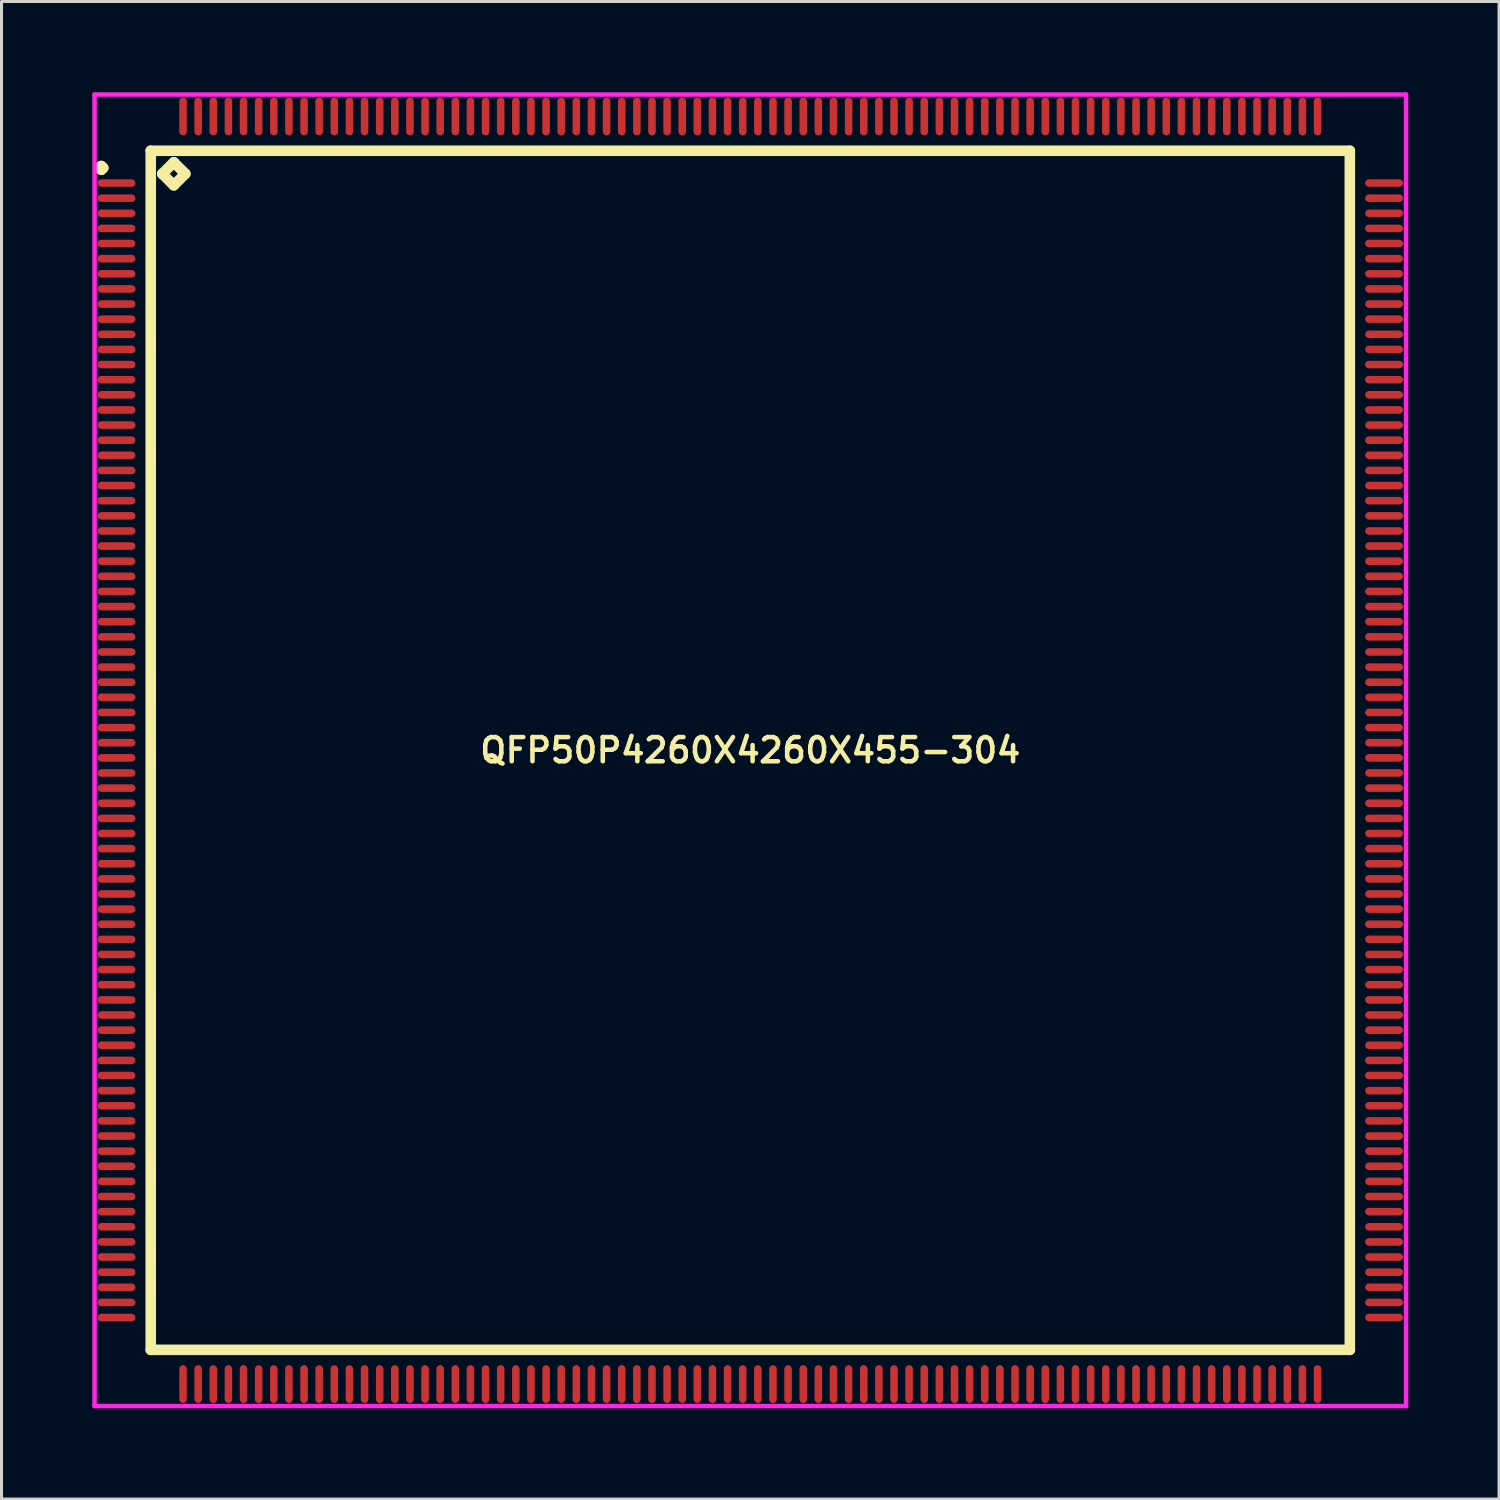
<source format=kicad_pcb>
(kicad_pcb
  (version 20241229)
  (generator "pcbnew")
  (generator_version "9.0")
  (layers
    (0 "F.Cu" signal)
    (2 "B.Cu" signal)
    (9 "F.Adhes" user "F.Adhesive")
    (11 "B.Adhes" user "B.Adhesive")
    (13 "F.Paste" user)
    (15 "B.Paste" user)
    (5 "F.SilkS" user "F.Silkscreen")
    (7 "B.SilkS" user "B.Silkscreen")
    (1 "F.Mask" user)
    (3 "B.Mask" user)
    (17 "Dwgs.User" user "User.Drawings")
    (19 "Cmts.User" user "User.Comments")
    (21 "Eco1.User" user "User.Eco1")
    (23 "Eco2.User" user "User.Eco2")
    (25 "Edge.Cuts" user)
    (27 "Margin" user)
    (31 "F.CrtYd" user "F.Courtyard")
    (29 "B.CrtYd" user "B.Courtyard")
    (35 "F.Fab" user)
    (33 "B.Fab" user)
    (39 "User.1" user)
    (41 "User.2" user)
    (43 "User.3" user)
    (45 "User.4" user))
  (footprint "QFP50P4260X4260X455-304"
    (layer "F.Cu")
    (at 21.75 21.75)
    (property "Reference" "QFP50P4260X4260X455-304" (at 0 0 0) (layer "F.SilkS") (effects (font (size 0.8 0.8) (thickness 0.15))))
    (attr smd)
    (fp_line (start -21.512 -19.25) (end -21.45 -19.312) (stroke (width 0.35) (type solid)) (layer "F.SilkS"))
    (fp_line (start -21.45 -19.312) (end -21.387 -19.25) (stroke (width 0.35) (type solid)) (layer "F.SilkS"))
    (fp_line (start -21.45 -19.188) (end -21.512 -19.25) (stroke (width 0.35) (type solid)) (layer "F.SilkS"))
    (fp_line (start -21.387 -19.25) (end -21.45 -19.188) (stroke (width 0.35) (type solid)) (layer "F.SilkS"))
    (fp_line (start -19.817 -19.817) (end -19.817 19.817) (stroke (width 0.35) (type solid)) (layer "F.SilkS"))
    (fp_line (start -19.817 19.817) (end 19.817 19.817) (stroke (width 0.35) (type solid)) (layer "F.SilkS"))
    (fp_line (start -19.436 -19.055) (end -19.055 -19.436) (stroke (width 0.35) (type solid)) (layer "F.SilkS"))
    (fp_line (start -19.055 -19.436) (end -18.674 -19.055) (stroke (width 0.35) (type solid)) (layer "F.SilkS"))
    (fp_line (start -19.055 -18.674) (end -19.436 -19.055) (stroke (width 0.35) (type solid)) (layer "F.SilkS"))
    (fp_line (start -18.674 -19.055) (end -19.055 -18.674) (stroke (width 0.35) (type solid)) (layer "F.SilkS"))
    (fp_line (start 19.817 -19.817) (end -19.817 -19.817) (stroke (width 0.35) (type solid)) (layer "F.SilkS"))
    (fp_line (start 19.817 19.817) (end 19.817 -19.817) (stroke (width 0.35) (type solid)) (layer "F.SilkS"))
    (fp_line (start -21.675 -21.675) (end 21.675 -21.675) (stroke (width 0.15) (type solid)) (layer "F.CrtYd"))
    (fp_line (start -21.675 21.675) (end -21.675 -21.675) (stroke (width 0.15) (type solid)) (layer "F.CrtYd"))
    (fp_line (start 21.675 -21.675) (end 21.675 21.675) (stroke (width 0.15) (type solid)) (layer "F.CrtYd"))
    (fp_line (start 21.675 21.675) (end -21.675 21.675) (stroke (width 0.15) (type solid)) (layer "F.CrtYd"))
    (pad "1" smd oval (at -20.95 -18.75) (size 1.25 0.25) (layers "F.Cu" "F.Mask" "F.Paste"))
    (pad "2" smd oval (at -20.95 -18.25) (size 1.25 0.25) (layers "F.Cu" "F.Mask" "F.Paste"))
    (pad "3" smd oval (at -20.95 -17.75) (size 1.25 0.25) (layers "F.Cu" "F.Mask" "F.Paste"))
    (pad "4" smd oval (at -20.95 -17.25) (size 1.25 0.25) (layers "F.Cu" "F.Mask" "F.Paste"))
    (pad "5" smd oval (at -20.95 -16.75) (size 1.25 0.25) (layers "F.Cu" "F.Mask" "F.Paste"))
    (pad "6" smd oval (at -20.95 -16.25) (size 1.25 0.25) (layers "F.Cu" "F.Mask" "F.Paste"))
    (pad "7" smd oval (at -20.95 -15.75) (size 1.25 0.25) (layers "F.Cu" "F.Mask" "F.Paste"))
    (pad "8" smd oval (at -20.95 -15.25) (size 1.25 0.25) (layers "F.Cu" "F.Mask" "F.Paste"))
    (pad "9" smd oval (at -20.95 -14.75) (size 1.25 0.25) (layers "F.Cu" "F.Mask" "F.Paste"))
    (pad "10" smd oval (at -20.95 -14.25) (size 1.25 0.25) (layers "F.Cu" "F.Mask" "F.Paste"))
    (pad "11" smd oval (at -20.95 -13.75) (size 1.25 0.25) (layers "F.Cu" "F.Mask" "F.Paste"))
    (pad "12" smd oval (at -20.95 -13.25) (size 1.25 0.25) (layers "F.Cu" "F.Mask" "F.Paste"))
    (pad "13" smd oval (at -20.95 -12.75) (size 1.25 0.25) (layers "F.Cu" "F.Mask" "F.Paste"))
    (pad "14" smd oval (at -20.95 -12.25) (size 1.25 0.25) (layers "F.Cu" "F.Mask" "F.Paste"))
    (pad "15" smd oval (at -20.95 -11.75) (size 1.25 0.25) (layers "F.Cu" "F.Mask" "F.Paste"))
    (pad "16" smd oval (at -20.95 -11.25) (size 1.25 0.25) (layers "F.Cu" "F.Mask" "F.Paste"))
    (pad "17" smd oval (at -20.95 -10.75) (size 1.25 0.25) (layers "F.Cu" "F.Mask" "F.Paste"))
    (pad "18" smd oval (at -20.95 -10.25) (size 1.25 0.25) (layers "F.Cu" "F.Mask" "F.Paste"))
    (pad "19" smd oval (at -20.95 -9.75) (size 1.25 0.25) (layers "F.Cu" "F.Mask" "F.Paste"))
    (pad "20" smd oval (at -20.95 -9.25) (size 1.25 0.25) (layers "F.Cu" "F.Mask" "F.Paste"))
    (pad "21" smd oval (at -20.95 -8.75) (size 1.25 0.25) (layers "F.Cu" "F.Mask" "F.Paste"))
    (pad "22" smd oval (at -20.95 -8.25) (size 1.25 0.25) (layers "F.Cu" "F.Mask" "F.Paste"))
    (pad "23" smd oval (at -20.95 -7.75) (size 1.25 0.25) (layers "F.Cu" "F.Mask" "F.Paste"))
    (pad "24" smd oval (at -20.95 -7.25) (size 1.25 0.25) (layers "F.Cu" "F.Mask" "F.Paste"))
    (pad "25" smd oval (at -20.95 -6.75) (size 1.25 0.25) (layers "F.Cu" "F.Mask" "F.Paste"))
    (pad "26" smd oval (at -20.95 -6.25) (size 1.25 0.25) (layers "F.Cu" "F.Mask" "F.Paste"))
    (pad "27" smd oval (at -20.95 -5.75) (size 1.25 0.25) (layers "F.Cu" "F.Mask" "F.Paste"))
    (pad "28" smd oval (at -20.95 -5.25) (size 1.25 0.25) (layers "F.Cu" "F.Mask" "F.Paste"))
    (pad "29" smd oval (at -20.95 -4.75) (size 1.25 0.25) (layers "F.Cu" "F.Mask" "F.Paste"))
    (pad "30" smd oval (at -20.95 -4.25) (size 1.25 0.25) (layers "F.Cu" "F.Mask" "F.Paste"))
    (pad "31" smd oval (at -20.95 -3.75) (size 1.25 0.25) (layers "F.Cu" "F.Mask" "F.Paste"))
    (pad "32" smd oval (at -20.95 -3.25) (size 1.25 0.25) (layers "F.Cu" "F.Mask" "F.Paste"))
    (pad "33" smd oval (at -20.95 -2.75) (size 1.25 0.25) (layers "F.Cu" "F.Mask" "F.Paste"))
    (pad "34" smd oval (at -20.95 -2.25) (size 1.25 0.25) (layers "F.Cu" "F.Mask" "F.Paste"))
    (pad "35" smd oval (at -20.95 -1.75) (size 1.25 0.25) (layers "F.Cu" "F.Mask" "F.Paste"))
    (pad "36" smd oval (at -20.95 -1.25) (size 1.25 0.25) (layers "F.Cu" "F.Mask" "F.Paste"))
    (pad "37" smd oval (at -20.95 -0.75) (size 1.25 0.25) (layers "F.Cu" "F.Mask" "F.Paste"))
    (pad "38" smd oval (at -20.95 -0.25) (size 1.25 0.25) (layers "F.Cu" "F.Mask" "F.Paste"))
    (pad "39" smd oval (at -20.95 0.25) (size 1.25 0.25) (layers "F.Cu" "F.Mask" "F.Paste"))
    (pad "40" smd oval (at -20.95 0.75) (size 1.25 0.25) (layers "F.Cu" "F.Mask" "F.Paste"))
    (pad "41" smd oval (at -20.95 1.25) (size 1.25 0.25) (layers "F.Cu" "F.Mask" "F.Paste"))
    (pad "42" smd oval (at -20.95 1.75) (size 1.25 0.25) (layers "F.Cu" "F.Mask" "F.Paste"))
    (pad "43" smd oval (at -20.95 2.25) (size 1.25 0.25) (layers "F.Cu" "F.Mask" "F.Paste"))
    (pad "44" smd oval (at -20.95 2.75) (size 1.25 0.25) (layers "F.Cu" "F.Mask" "F.Paste"))
    (pad "45" smd oval (at -20.95 3.25) (size 1.25 0.25) (layers "F.Cu" "F.Mask" "F.Paste"))
    (pad "46" smd oval (at -20.95 3.75) (size 1.25 0.25) (layers "F.Cu" "F.Mask" "F.Paste"))
    (pad "47" smd oval (at -20.95 4.25) (size 1.25 0.25) (layers "F.Cu" "F.Mask" "F.Paste"))
    (pad "48" smd oval (at -20.95 4.75) (size 1.25 0.25) (layers "F.Cu" "F.Mask" "F.Paste"))
    (pad "49" smd oval (at -20.95 5.25) (size 1.25 0.25) (layers "F.Cu" "F.Mask" "F.Paste"))
    (pad "50" smd oval (at -20.95 5.75) (size 1.25 0.25) (layers "F.Cu" "F.Mask" "F.Paste"))
    (pad "51" smd oval (at -20.95 6.25) (size 1.25 0.25) (layers "F.Cu" "F.Mask" "F.Paste"))
    (pad "52" smd oval (at -20.95 6.75) (size 1.25 0.25) (layers "F.Cu" "F.Mask" "F.Paste"))
    (pad "53" smd oval (at -20.95 7.25) (size 1.25 0.25) (layers "F.Cu" "F.Mask" "F.Paste"))
    (pad "54" smd oval (at -20.95 7.75) (size 1.25 0.25) (layers "F.Cu" "F.Mask" "F.Paste"))
    (pad "55" smd oval (at -20.95 8.25) (size 1.25 0.25) (layers "F.Cu" "F.Mask" "F.Paste"))
    (pad "56" smd oval (at -20.95 8.75) (size 1.25 0.25) (layers "F.Cu" "F.Mask" "F.Paste"))
    (pad "57" smd oval (at -20.95 9.25) (size 1.25 0.25) (layers "F.Cu" "F.Mask" "F.Paste"))
    (pad "58" smd oval (at -20.95 9.75) (size 1.25 0.25) (layers "F.Cu" "F.Mask" "F.Paste"))
    (pad "59" smd oval (at -20.95 10.25) (size 1.25 0.25) (layers "F.Cu" "F.Mask" "F.Paste"))
    (pad "60" smd oval (at -20.95 10.75) (size 1.25 0.25) (layers "F.Cu" "F.Mask" "F.Paste"))
    (pad "61" smd oval (at -20.95 11.25) (size 1.25 0.25) (layers "F.Cu" "F.Mask" "F.Paste"))
    (pad "62" smd oval (at -20.95 11.75) (size 1.25 0.25) (layers "F.Cu" "F.Mask" "F.Paste"))
    (pad "63" smd oval (at -20.95 12.25) (size 1.25 0.25) (layers "F.Cu" "F.Mask" "F.Paste"))
    (pad "64" smd oval (at -20.95 12.75) (size 1.25 0.25) (layers "F.Cu" "F.Mask" "F.Paste"))
    (pad "65" smd oval (at -20.95 13.25) (size 1.25 0.25) (layers "F.Cu" "F.Mask" "F.Paste"))
    (pad "66" smd oval (at -20.95 13.75) (size 1.25 0.25) (layers "F.Cu" "F.Mask" "F.Paste"))
    (pad "67" smd oval (at -20.95 14.25) (size 1.25 0.25) (layers "F.Cu" "F.Mask" "F.Paste"))
    (pad "68" smd oval (at -20.95 14.75) (size 1.25 0.25) (layers "F.Cu" "F.Mask" "F.Paste"))
    (pad "69" smd oval (at -20.95 15.25) (size 1.25 0.25) (layers "F.Cu" "F.Mask" "F.Paste"))
    (pad "70" smd oval (at -20.95 15.75) (size 1.25 0.25) (layers "F.Cu" "F.Mask" "F.Paste"))
    (pad "71" smd oval (at -20.95 16.25) (size 1.25 0.25) (layers "F.Cu" "F.Mask" "F.Paste"))
    (pad "72" smd oval (at -20.95 16.75) (size 1.25 0.25) (layers "F.Cu" "F.Mask" "F.Paste"))
    (pad "73" smd oval (at -20.95 17.25) (size 1.25 0.25) (layers "F.Cu" "F.Mask" "F.Paste"))
    (pad "74" smd oval (at -20.95 17.75) (size 1.25 0.25) (layers "F.Cu" "F.Mask" "F.Paste"))
    (pad "75" smd oval (at -20.95 18.25) (size 1.25 0.25) (layers "F.Cu" "F.Mask" "F.Paste"))
    (pad "76" smd oval (at -20.95 18.75) (size 1.25 0.25) (layers "F.Cu" "F.Mask" "F.Paste"))
    (pad "77" smd oval (at -18.75 20.95) (size 0.25 1.25) (layers "F.Cu" "F.Mask" "F.Paste"))
    (pad "78" smd oval (at -18.25 20.95) (size 0.25 1.25) (layers "F.Cu" "F.Mask" "F.Paste"))
    (pad "79" smd oval (at -17.75 20.95) (size 0.25 1.25) (layers "F.Cu" "F.Mask" "F.Paste"))
    (pad "80" smd oval (at -17.25 20.95) (size 0.25 1.25) (layers "F.Cu" "F.Mask" "F.Paste"))
    (pad "81" smd oval (at -16.75 20.95) (size 0.25 1.25) (layers "F.Cu" "F.Mask" "F.Paste"))
    (pad "82" smd oval (at -16.25 20.95) (size 0.25 1.25) (layers "F.Cu" "F.Mask" "F.Paste"))
    (pad "83" smd oval (at -15.75 20.95) (size 0.25 1.25) (layers "F.Cu" "F.Mask" "F.Paste"))
    (pad "84" smd oval (at -15.25 20.95) (size 0.25 1.25) (layers "F.Cu" "F.Mask" "F.Paste"))
    (pad "85" smd oval (at -14.75 20.95) (size 0.25 1.25) (layers "F.Cu" "F.Mask" "F.Paste"))
    (pad "86" smd oval (at -14.25 20.95) (size 0.25 1.25) (layers "F.Cu" "F.Mask" "F.Paste"))
    (pad "87" smd oval (at -13.75 20.95) (size 0.25 1.25) (layers "F.Cu" "F.Mask" "F.Paste"))
    (pad "88" smd oval (at -13.25 20.95) (size 0.25 1.25) (layers "F.Cu" "F.Mask" "F.Paste"))
    (pad "89" smd oval (at -12.75 20.95) (size 0.25 1.25) (layers "F.Cu" "F.Mask" "F.Paste"))
    (pad "90" smd oval (at -12.25 20.95) (size 0.25 1.25) (layers "F.Cu" "F.Mask" "F.Paste"))
    (pad "91" smd oval (at -11.75 20.95) (size 0.25 1.25) (layers "F.Cu" "F.Mask" "F.Paste"))
    (pad "92" smd oval (at -11.25 20.95) (size 0.25 1.25) (layers "F.Cu" "F.Mask" "F.Paste"))
    (pad "93" smd oval (at -10.75 20.95) (size 0.25 1.25) (layers "F.Cu" "F.Mask" "F.Paste"))
    (pad "94" smd oval (at -10.25 20.95) (size 0.25 1.25) (layers "F.Cu" "F.Mask" "F.Paste"))
    (pad "95" smd oval (at -9.75 20.95) (size 0.25 1.25) (layers "F.Cu" "F.Mask" "F.Paste"))
    (pad "96" smd oval (at -9.25 20.95) (size 0.25 1.25) (layers "F.Cu" "F.Mask" "F.Paste"))
    (pad "97" smd oval (at -8.75 20.95) (size 0.25 1.25) (layers "F.Cu" "F.Mask" "F.Paste"))
    (pad "98" smd oval (at -8.25 20.95) (size 0.25 1.25) (layers "F.Cu" "F.Mask" "F.Paste"))
    (pad "99" smd oval (at -7.75 20.95) (size 0.25 1.25) (layers "F.Cu" "F.Mask" "F.Paste"))
    (pad "100" smd oval (at -7.25 20.95) (size 0.25 1.25) (layers "F.Cu" "F.Mask" "F.Paste"))
    (pad "101" smd oval (at -6.75 20.95) (size 0.25 1.25) (layers "F.Cu" "F.Mask" "F.Paste"))
    (pad "102" smd oval (at -6.25 20.95) (size 0.25 1.25) (layers "F.Cu" "F.Mask" "F.Paste"))
    (pad "103" smd oval (at -5.75 20.95) (size 0.25 1.25) (layers "F.Cu" "F.Mask" "F.Paste"))
    (pad "104" smd oval (at -5.25 20.95) (size 0.25 1.25) (layers "F.Cu" "F.Mask" "F.Paste"))
    (pad "105" smd oval (at -4.75 20.95) (size 0.25 1.25) (layers "F.Cu" "F.Mask" "F.Paste"))
    (pad "106" smd oval (at -4.25 20.95) (size 0.25 1.25) (layers "F.Cu" "F.Mask" "F.Paste"))
    (pad "107" smd oval (at -3.75 20.95) (size 0.25 1.25) (layers "F.Cu" "F.Mask" "F.Paste"))
    (pad "108" smd oval (at -3.25 20.95) (size 0.25 1.25) (layers "F.Cu" "F.Mask" "F.Paste"))
    (pad "109" smd oval (at -2.75 20.95) (size 0.25 1.25) (layers "F.Cu" "F.Mask" "F.Paste"))
    (pad "110" smd oval (at -2.25 20.95) (size 0.25 1.25) (layers "F.Cu" "F.Mask" "F.Paste"))
    (pad "111" smd oval (at -1.75 20.95) (size 0.25 1.25) (layers "F.Cu" "F.Mask" "F.Paste"))
    (pad "112" smd oval (at -1.25 20.95) (size 0.25 1.25) (layers "F.Cu" "F.Mask" "F.Paste"))
    (pad "113" smd oval (at -0.75 20.95) (size 0.25 1.25) (layers "F.Cu" "F.Mask" "F.Paste"))
    (pad "114" smd oval (at -0.25 20.95) (size 0.25 1.25) (layers "F.Cu" "F.Mask" "F.Paste"))
    (pad "115" smd oval (at 0.25 20.95) (size 0.25 1.25) (layers "F.Cu" "F.Mask" "F.Paste"))
    (pad "116" smd oval (at 0.75 20.95) (size 0.25 1.25) (layers "F.Cu" "F.Mask" "F.Paste"))
    (pad "117" smd oval (at 1.25 20.95) (size 0.25 1.25) (layers "F.Cu" "F.Mask" "F.Paste"))
    (pad "118" smd oval (at 1.75 20.95) (size 0.25 1.25) (layers "F.Cu" "F.Mask" "F.Paste"))
    (pad "119" smd oval (at 2.25 20.95) (size 0.25 1.25) (layers "F.Cu" "F.Mask" "F.Paste"))
    (pad "120" smd oval (at 2.75 20.95) (size 0.25 1.25) (layers "F.Cu" "F.Mask" "F.Paste"))
    (pad "121" smd oval (at 3.25 20.95) (size 0.25 1.25) (layers "F.Cu" "F.Mask" "F.Paste"))
    (pad "122" smd oval (at 3.75 20.95) (size 0.25 1.25) (layers "F.Cu" "F.Mask" "F.Paste"))
    (pad "123" smd oval (at 4.25 20.95) (size 0.25 1.25) (layers "F.Cu" "F.Mask" "F.Paste"))
    (pad "124" smd oval (at 4.75 20.95) (size 0.25 1.25) (layers "F.Cu" "F.Mask" "F.Paste"))
    (pad "125" smd oval (at 5.25 20.95) (size 0.25 1.25) (layers "F.Cu" "F.Mask" "F.Paste"))
    (pad "126" smd oval (at 5.75 20.95) (size 0.25 1.25) (layers "F.Cu" "F.Mask" "F.Paste"))
    (pad "127" smd oval (at 6.25 20.95) (size 0.25 1.25) (layers "F.Cu" "F.Mask" "F.Paste"))
    (pad "128" smd oval (at 6.75 20.95) (size 0.25 1.25) (layers "F.Cu" "F.Mask" "F.Paste"))
    (pad "129" smd oval (at 7.25 20.95) (size 0.25 1.25) (layers "F.Cu" "F.Mask" "F.Paste"))
    (pad "130" smd oval (at 7.75 20.95) (size 0.25 1.25) (layers "F.Cu" "F.Mask" "F.Paste"))
    (pad "131" smd oval (at 8.25 20.95) (size 0.25 1.25) (layers "F.Cu" "F.Mask" "F.Paste"))
    (pad "132" smd oval (at 8.75 20.95) (size 0.25 1.25) (layers "F.Cu" "F.Mask" "F.Paste"))
    (pad "133" smd oval (at 9.25 20.95) (size 0.25 1.25) (layers "F.Cu" "F.Mask" "F.Paste"))
    (pad "134" smd oval (at 9.75 20.95) (size 0.25 1.25) (layers "F.Cu" "F.Mask" "F.Paste"))
    (pad "135" smd oval (at 10.25 20.95) (size 0.25 1.25) (layers "F.Cu" "F.Mask" "F.Paste"))
    (pad "136" smd oval (at 10.75 20.95) (size 0.25 1.25) (layers "F.Cu" "F.Mask" "F.Paste"))
    (pad "137" smd oval (at 11.25 20.95) (size 0.25 1.25) (layers "F.Cu" "F.Mask" "F.Paste"))
    (pad "138" smd oval (at 11.75 20.95) (size 0.25 1.25) (layers "F.Cu" "F.Mask" "F.Paste"))
    (pad "139" smd oval (at 12.25 20.95) (size 0.25 1.25) (layers "F.Cu" "F.Mask" "F.Paste"))
    (pad "140" smd oval (at 12.75 20.95) (size 0.25 1.25) (layers "F.Cu" "F.Mask" "F.Paste"))
    (pad "141" smd oval (at 13.25 20.95) (size 0.25 1.25) (layers "F.Cu" "F.Mask" "F.Paste"))
    (pad "142" smd oval (at 13.75 20.95) (size 0.25 1.25) (layers "F.Cu" "F.Mask" "F.Paste"))
    (pad "143" smd oval (at 14.25 20.95) (size 0.25 1.25) (layers "F.Cu" "F.Mask" "F.Paste"))
    (pad "144" smd oval (at 14.75 20.95) (size 0.25 1.25) (layers "F.Cu" "F.Mask" "F.Paste"))
    (pad "145" smd oval (at 15.25 20.95) (size 0.25 1.25) (layers "F.Cu" "F.Mask" "F.Paste"))
    (pad "146" smd oval (at 15.75 20.95) (size 0.25 1.25) (layers "F.Cu" "F.Mask" "F.Paste"))
    (pad "147" smd oval (at 16.25 20.95) (size 0.25 1.25) (layers "F.Cu" "F.Mask" "F.Paste"))
    (pad "148" smd oval (at 16.75 20.95) (size 0.25 1.25) (layers "F.Cu" "F.Mask" "F.Paste"))
    (pad "149" smd oval (at 17.25 20.95) (size 0.25 1.25) (layers "F.Cu" "F.Mask" "F.Paste"))
    (pad "150" smd oval (at 17.75 20.95) (size 0.25 1.25) (layers "F.Cu" "F.Mask" "F.Paste"))
    (pad "151" smd oval (at 18.25 20.95) (size 0.25 1.25) (layers "F.Cu" "F.Mask" "F.Paste"))
    (pad "152" smd oval (at 18.75 20.95) (size 0.25 1.25) (layers "F.Cu" "F.Mask" "F.Paste"))
    (pad "153" smd oval (at 20.95 18.75) (size 1.25 0.25) (layers "F.Cu" "F.Mask" "F.Paste"))
    (pad "154" smd oval (at 20.95 18.25) (size 1.25 0.25) (layers "F.Cu" "F.Mask" "F.Paste"))
    (pad "155" smd oval (at 20.95 17.75) (size 1.25 0.25) (layers "F.Cu" "F.Mask" "F.Paste"))
    (pad "156" smd oval (at 20.95 17.25) (size 1.25 0.25) (layers "F.Cu" "F.Mask" "F.Paste"))
    (pad "157" smd oval (at 20.95 16.75) (size 1.25 0.25) (layers "F.Cu" "F.Mask" "F.Paste"))
    (pad "158" smd oval (at 20.95 16.25) (size 1.25 0.25) (layers "F.Cu" "F.Mask" "F.Paste"))
    (pad "159" smd oval (at 20.95 15.75) (size 1.25 0.25) (layers "F.Cu" "F.Mask" "F.Paste"))
    (pad "160" smd oval (at 20.95 15.25) (size 1.25 0.25) (layers "F.Cu" "F.Mask" "F.Paste"))
    (pad "161" smd oval (at 20.95 14.75) (size 1.25 0.25) (layers "F.Cu" "F.Mask" "F.Paste"))
    (pad "162" smd oval (at 20.95 14.25) (size 1.25 0.25) (layers "F.Cu" "F.Mask" "F.Paste"))
    (pad "163" smd oval (at 20.95 13.75) (size 1.25 0.25) (layers "F.Cu" "F.Mask" "F.Paste"))
    (pad "164" smd oval (at 20.95 13.25) (size 1.25 0.25) (layers "F.Cu" "F.Mask" "F.Paste"))
    (pad "165" smd oval (at 20.95 12.75) (size 1.25 0.25) (layers "F.Cu" "F.Mask" "F.Paste"))
    (pad "166" smd oval (at 20.95 12.25) (size 1.25 0.25) (layers "F.Cu" "F.Mask" "F.Paste"))
    (pad "167" smd oval (at 20.95 11.75) (size 1.25 0.25) (layers "F.Cu" "F.Mask" "F.Paste"))
    (pad "168" smd oval (at 20.95 11.25) (size 1.25 0.25) (layers "F.Cu" "F.Mask" "F.Paste"))
    (pad "169" smd oval (at 20.95 10.75) (size 1.25 0.25) (layers "F.Cu" "F.Mask" "F.Paste"))
    (pad "170" smd oval (at 20.95 10.25) (size 1.25 0.25) (layers "F.Cu" "F.Mask" "F.Paste"))
    (pad "171" smd oval (at 20.95 9.75) (size 1.25 0.25) (layers "F.Cu" "F.Mask" "F.Paste"))
    (pad "172" smd oval (at 20.95 9.25) (size 1.25 0.25) (layers "F.Cu" "F.Mask" "F.Paste"))
    (pad "173" smd oval (at 20.95 8.75) (size 1.25 0.25) (layers "F.Cu" "F.Mask" "F.Paste"))
    (pad "174" smd oval (at 20.95 8.25) (size 1.25 0.25) (layers "F.Cu" "F.Mask" "F.Paste"))
    (pad "175" smd oval (at 20.95 7.75) (size 1.25 0.25) (layers "F.Cu" "F.Mask" "F.Paste"))
    (pad "176" smd oval (at 20.95 7.25) (size 1.25 0.25) (layers "F.Cu" "F.Mask" "F.Paste"))
    (pad "177" smd oval (at 20.95 6.75) (size 1.25 0.25) (layers "F.Cu" "F.Mask" "F.Paste"))
    (pad "178" smd oval (at 20.95 6.25) (size 1.25 0.25) (layers "F.Cu" "F.Mask" "F.Paste"))
    (pad "179" smd oval (at 20.95 5.75) (size 1.25 0.25) (layers "F.Cu" "F.Mask" "F.Paste"))
    (pad "180" smd oval (at 20.95 5.25) (size 1.25 0.25) (layers "F.Cu" "F.Mask" "F.Paste"))
    (pad "181" smd oval (at 20.95 4.75) (size 1.25 0.25) (layers "F.Cu" "F.Mask" "F.Paste"))
    (pad "182" smd oval (at 20.95 4.25) (size 1.25 0.25) (layers "F.Cu" "F.Mask" "F.Paste"))
    (pad "183" smd oval (at 20.95 3.75) (size 1.25 0.25) (layers "F.Cu" "F.Mask" "F.Paste"))
    (pad "184" smd oval (at 20.95 3.25) (size 1.25 0.25) (layers "F.Cu" "F.Mask" "F.Paste"))
    (pad "185" smd oval (at 20.95 2.75) (size 1.25 0.25) (layers "F.Cu" "F.Mask" "F.Paste"))
    (pad "186" smd oval (at 20.95 2.25) (size 1.25 0.25) (layers "F.Cu" "F.Mask" "F.Paste"))
    (pad "187" smd oval (at 20.95 1.75) (size 1.25 0.25) (layers "F.Cu" "F.Mask" "F.Paste"))
    (pad "188" smd oval (at 20.95 1.25) (size 1.25 0.25) (layers "F.Cu" "F.Mask" "F.Paste"))
    (pad "189" smd oval (at 20.95 0.75) (size 1.25 0.25) (layers "F.Cu" "F.Mask" "F.Paste"))
    (pad "190" smd oval (at 20.95 0.25) (size 1.25 0.25) (layers "F.Cu" "F.Mask" "F.Paste"))
    (pad "191" smd oval (at 20.95 -0.25) (size 1.25 0.25) (layers "F.Cu" "F.Mask" "F.Paste"))
    (pad "192" smd oval (at 20.95 -0.75) (size 1.25 0.25) (layers "F.Cu" "F.Mask" "F.Paste"))
    (pad "193" smd oval (at 20.95 -1.25) (size 1.25 0.25) (layers "F.Cu" "F.Mask" "F.Paste"))
    (pad "194" smd oval (at 20.95 -1.75) (size 1.25 0.25) (layers "F.Cu" "F.Mask" "F.Paste"))
    (pad "195" smd oval (at 20.95 -2.25) (size 1.25 0.25) (layers "F.Cu" "F.Mask" "F.Paste"))
    (pad "196" smd oval (at 20.95 -2.75) (size 1.25 0.25) (layers "F.Cu" "F.Mask" "F.Paste"))
    (pad "197" smd oval (at 20.95 -3.25) (size 1.25 0.25) (layers "F.Cu" "F.Mask" "F.Paste"))
    (pad "198" smd oval (at 20.95 -3.75) (size 1.25 0.25) (layers "F.Cu" "F.Mask" "F.Paste"))
    (pad "199" smd oval (at 20.95 -4.25) (size 1.25 0.25) (layers "F.Cu" "F.Mask" "F.Paste"))
    (pad "200" smd oval (at 20.95 -4.75) (size 1.25 0.25) (layers "F.Cu" "F.Mask" "F.Paste"))
    (pad "201" smd oval (at 20.95 -5.25) (size 1.25 0.25) (layers "F.Cu" "F.Mask" "F.Paste"))
    (pad "202" smd oval (at 20.95 -5.75) (size 1.25 0.25) (layers "F.Cu" "F.Mask" "F.Paste"))
    (pad "203" smd oval (at 20.95 -6.25) (size 1.25 0.25) (layers "F.Cu" "F.Mask" "F.Paste"))
    (pad "204" smd oval (at 20.95 -6.75) (size 1.25 0.25) (layers "F.Cu" "F.Mask" "F.Paste"))
    (pad "205" smd oval (at 20.95 -7.25) (size 1.25 0.25) (layers "F.Cu" "F.Mask" "F.Paste"))
    (pad "206" smd oval (at 20.95 -7.75) (size 1.25 0.25) (layers "F.Cu" "F.Mask" "F.Paste"))
    (pad "207" smd oval (at 20.95 -8.25) (size 1.25 0.25) (layers "F.Cu" "F.Mask" "F.Paste"))
    (pad "208" smd oval (at 20.95 -8.75) (size 1.25 0.25) (layers "F.Cu" "F.Mask" "F.Paste"))
    (pad "209" smd oval (at 20.95 -9.25) (size 1.25 0.25) (layers "F.Cu" "F.Mask" "F.Paste"))
    (pad "210" smd oval (at 20.95 -9.75) (size 1.25 0.25) (layers "F.Cu" "F.Mask" "F.Paste"))
    (pad "211" smd oval (at 20.95 -10.25) (size 1.25 0.25) (layers "F.Cu" "F.Mask" "F.Paste"))
    (pad "212" smd oval (at 20.95 -10.75) (size 1.25 0.25) (layers "F.Cu" "F.Mask" "F.Paste"))
    (pad "213" smd oval (at 20.95 -11.25) (size 1.25 0.25) (layers "F.Cu" "F.Mask" "F.Paste"))
    (pad "214" smd oval (at 20.95 -11.75) (size 1.25 0.25) (layers "F.Cu" "F.Mask" "F.Paste"))
    (pad "215" smd oval (at 20.95 -12.25) (size 1.25 0.25) (layers "F.Cu" "F.Mask" "F.Paste"))
    (pad "216" smd oval (at 20.95 -12.75) (size 1.25 0.25) (layers "F.Cu" "F.Mask" "F.Paste"))
    (pad "217" smd oval (at 20.95 -13.25) (size 1.25 0.25) (layers "F.Cu" "F.Mask" "F.Paste"))
    (pad "218" smd oval (at 20.95 -13.75) (size 1.25 0.25) (layers "F.Cu" "F.Mask" "F.Paste"))
    (pad "219" smd oval (at 20.95 -14.25) (size 1.25 0.25) (layers "F.Cu" "F.Mask" "F.Paste"))
    (pad "220" smd oval (at 20.95 -14.75) (size 1.25 0.25) (layers "F.Cu" "F.Mask" "F.Paste"))
    (pad "221" smd oval (at 20.95 -15.25) (size 1.25 0.25) (layers "F.Cu" "F.Mask" "F.Paste"))
    (pad "222" smd oval (at 20.95 -15.75) (size 1.25 0.25) (layers "F.Cu" "F.Mask" "F.Paste"))
    (pad "223" smd oval (at 20.95 -16.25) (size 1.25 0.25) (layers "F.Cu" "F.Mask" "F.Paste"))
    (pad "224" smd oval (at 20.95 -16.75) (size 1.25 0.25) (layers "F.Cu" "F.Mask" "F.Paste"))
    (pad "225" smd oval (at 20.95 -17.25) (size 1.25 0.25) (layers "F.Cu" "F.Mask" "F.Paste"))
    (pad "226" smd oval (at 20.95 -17.75) (size 1.25 0.25) (layers "F.Cu" "F.Mask" "F.Paste"))
    (pad "227" smd oval (at 20.95 -18.25) (size 1.25 0.25) (layers "F.Cu" "F.Mask" "F.Paste"))
    (pad "228" smd oval (at 20.95 -18.75) (size 1.25 0.25) (layers "F.Cu" "F.Mask" "F.Paste"))
    (pad "229" smd oval (at 18.75 -20.95) (size 0.25 1.25) (layers "F.Cu" "F.Mask" "F.Paste"))
    (pad "230" smd oval (at 18.25 -20.95) (size 0.25 1.25) (layers "F.Cu" "F.Mask" "F.Paste"))
    (pad "231" smd oval (at 17.75 -20.95) (size 0.25 1.25) (layers "F.Cu" "F.Mask" "F.Paste"))
    (pad "232" smd oval (at 17.25 -20.95) (size 0.25 1.25) (layers "F.Cu" "F.Mask" "F.Paste"))
    (pad "233" smd oval (at 16.75 -20.95) (size 0.25 1.25) (layers "F.Cu" "F.Mask" "F.Paste"))
    (pad "234" smd oval (at 16.25 -20.95) (size 0.25 1.25) (layers "F.Cu" "F.Mask" "F.Paste"))
    (pad "235" smd oval (at 15.75 -20.95) (size 0.25 1.25) (layers "F.Cu" "F.Mask" "F.Paste"))
    (pad "236" smd oval (at 15.25 -20.95) (size 0.25 1.25) (layers "F.Cu" "F.Mask" "F.Paste"))
    (pad "237" smd oval (at 14.75 -20.95) (size 0.25 1.25) (layers "F.Cu" "F.Mask" "F.Paste"))
    (pad "238" smd oval (at 14.25 -20.95) (size 0.25 1.25) (layers "F.Cu" "F.Mask" "F.Paste"))
    (pad "239" smd oval (at 13.75 -20.95) (size 0.25 1.25) (layers "F.Cu" "F.Mask" "F.Paste"))
    (pad "240" smd oval (at 13.25 -20.95) (size 0.25 1.25) (layers "F.Cu" "F.Mask" "F.Paste"))
    (pad "241" smd oval (at 12.75 -20.95) (size 0.25 1.25) (layers "F.Cu" "F.Mask" "F.Paste"))
    (pad "242" smd oval (at 12.25 -20.95) (size 0.25 1.25) (layers "F.Cu" "F.Mask" "F.Paste"))
    (pad "243" smd oval (at 11.75 -20.95) (size 0.25 1.25) (layers "F.Cu" "F.Mask" "F.Paste"))
    (pad "244" smd oval (at 11.25 -20.95) (size 0.25 1.25) (layers "F.Cu" "F.Mask" "F.Paste"))
    (pad "245" smd oval (at 10.75 -20.95) (size 0.25 1.25) (layers "F.Cu" "F.Mask" "F.Paste"))
    (pad "246" smd oval (at 10.25 -20.95) (size 0.25 1.25) (layers "F.Cu" "F.Mask" "F.Paste"))
    (pad "247" smd oval (at 9.75 -20.95) (size 0.25 1.25) (layers "F.Cu" "F.Mask" "F.Paste"))
    (pad "248" smd oval (at 9.25 -20.95) (size 0.25 1.25) (layers "F.Cu" "F.Mask" "F.Paste"))
    (pad "249" smd oval (at 8.75 -20.95) (size 0.25 1.25) (layers "F.Cu" "F.Mask" "F.Paste"))
    (pad "250" smd oval (at 8.25 -20.95) (size 0.25 1.25) (layers "F.Cu" "F.Mask" "F.Paste"))
    (pad "251" smd oval (at 7.75 -20.95) (size 0.25 1.25) (layers "F.Cu" "F.Mask" "F.Paste"))
    (pad "252" smd oval (at 7.25 -20.95) (size 0.25 1.25) (layers "F.Cu" "F.Mask" "F.Paste"))
    (pad "253" smd oval (at 6.75 -20.95) (size 0.25 1.25) (layers "F.Cu" "F.Mask" "F.Paste"))
    (pad "254" smd oval (at 6.25 -20.95) (size 0.25 1.25) (layers "F.Cu" "F.Mask" "F.Paste"))
    (pad "255" smd oval (at 5.75 -20.95) (size 0.25 1.25) (layers "F.Cu" "F.Mask" "F.Paste"))
    (pad "256" smd oval (at 5.25 -20.95) (size 0.25 1.25) (layers "F.Cu" "F.Mask" "F.Paste"))
    (pad "257" smd oval (at 4.75 -20.95) (size 0.25 1.25) (layers "F.Cu" "F.Mask" "F.Paste"))
    (pad "258" smd oval (at 4.25 -20.95) (size 0.25 1.25) (layers "F.Cu" "F.Mask" "F.Paste"))
    (pad "259" smd oval (at 3.75 -20.95) (size 0.25 1.25) (layers "F.Cu" "F.Mask" "F.Paste"))
    (pad "260" smd oval (at 3.25 -20.95) (size 0.25 1.25) (layers "F.Cu" "F.Mask" "F.Paste"))
    (pad "261" smd oval (at 2.75 -20.95) (size 0.25 1.25) (layers "F.Cu" "F.Mask" "F.Paste"))
    (pad "262" smd oval (at 2.25 -20.95) (size 0.25 1.25) (layers "F.Cu" "F.Mask" "F.Paste"))
    (pad "263" smd oval (at 1.75 -20.95) (size 0.25 1.25) (layers "F.Cu" "F.Mask" "F.Paste"))
    (pad "264" smd oval (at 1.25 -20.95) (size 0.25 1.25) (layers "F.Cu" "F.Mask" "F.Paste"))
    (pad "265" smd oval (at 0.75 -20.95) (size 0.25 1.25) (layers "F.Cu" "F.Mask" "F.Paste"))
    (pad "266" smd oval (at 0.25 -20.95) (size 0.25 1.25) (layers "F.Cu" "F.Mask" "F.Paste"))
    (pad "267" smd oval (at -0.25 -20.95) (size 0.25 1.25) (layers "F.Cu" "F.Mask" "F.Paste"))
    (pad "268" smd oval (at -0.75 -20.95) (size 0.25 1.25) (layers "F.Cu" "F.Mask" "F.Paste"))
    (pad "269" smd oval (at -1.25 -20.95) (size 0.25 1.25) (layers "F.Cu" "F.Mask" "F.Paste"))
    (pad "270" smd oval (at -1.75 -20.95) (size 0.25 1.25) (layers "F.Cu" "F.Mask" "F.Paste"))
    (pad "271" smd oval (at -2.25 -20.95) (size 0.25 1.25) (layers "F.Cu" "F.Mask" "F.Paste"))
    (pad "272" smd oval (at -2.75 -20.95) (size 0.25 1.25) (layers "F.Cu" "F.Mask" "F.Paste"))
    (pad "273" smd oval (at -3.25 -20.95) (size 0.25 1.25) (layers "F.Cu" "F.Mask" "F.Paste"))
    (pad "274" smd oval (at -3.75 -20.95) (size 0.25 1.25) (layers "F.Cu" "F.Mask" "F.Paste"))
    (pad "275" smd oval (at -4.25 -20.95) (size 0.25 1.25) (layers "F.Cu" "F.Mask" "F.Paste"))
    (pad "276" smd oval (at -4.75 -20.95) (size 0.25 1.25) (layers "F.Cu" "F.Mask" "F.Paste"))
    (pad "277" smd oval (at -5.25 -20.95) (size 0.25 1.25) (layers "F.Cu" "F.Mask" "F.Paste"))
    (pad "278" smd oval (at -5.75 -20.95) (size 0.25 1.25) (layers "F.Cu" "F.Mask" "F.Paste"))
    (pad "279" smd oval (at -6.25 -20.95) (size 0.25 1.25) (layers "F.Cu" "F.Mask" "F.Paste"))
    (pad "280" smd oval (at -6.75 -20.95) (size 0.25 1.25) (layers "F.Cu" "F.Mask" "F.Paste"))
    (pad "281" smd oval (at -7.25 -20.95) (size 0.25 1.25) (layers "F.Cu" "F.Mask" "F.Paste"))
    (pad "282" smd oval (at -7.75 -20.95) (size 0.25 1.25) (layers "F.Cu" "F.Mask" "F.Paste"))
    (pad "283" smd oval (at -8.25 -20.95) (size 0.25 1.25) (layers "F.Cu" "F.Mask" "F.Paste"))
    (pad "284" smd oval (at -8.75 -20.95) (size 0.25 1.25) (layers "F.Cu" "F.Mask" "F.Paste"))
    (pad "285" smd oval (at -9.25 -20.95) (size 0.25 1.25) (layers "F.Cu" "F.Mask" "F.Paste"))
    (pad "286" smd oval (at -9.75 -20.95) (size 0.25 1.25) (layers "F.Cu" "F.Mask" "F.Paste"))
    (pad "287" smd oval (at -10.25 -20.95) (size 0.25 1.25) (layers "F.Cu" "F.Mask" "F.Paste"))
    (pad "288" smd oval (at -10.75 -20.95) (size 0.25 1.25) (layers "F.Cu" "F.Mask" "F.Paste"))
    (pad "289" smd oval (at -11.25 -20.95) (size 0.25 1.25) (layers "F.Cu" "F.Mask" "F.Paste"))
    (pad "290" smd oval (at -11.75 -20.95) (size 0.25 1.25) (layers "F.Cu" "F.Mask" "F.Paste"))
    (pad "291" smd oval (at -12.25 -20.95) (size 0.25 1.25) (layers "F.Cu" "F.Mask" "F.Paste"))
    (pad "292" smd oval (at -12.75 -20.95) (size 0.25 1.25) (layers "F.Cu" "F.Mask" "F.Paste"))
    (pad "293" smd oval (at -13.25 -20.95) (size 0.25 1.25) (layers "F.Cu" "F.Mask" "F.Paste"))
    (pad "294" smd oval (at -13.75 -20.95) (size 0.25 1.25) (layers "F.Cu" "F.Mask" "F.Paste"))
    (pad "295" smd oval (at -14.25 -20.95) (size 0.25 1.25) (layers "F.Cu" "F.Mask" "F.Paste"))
    (pad "296" smd oval (at -14.75 -20.95) (size 0.25 1.25) (layers "F.Cu" "F.Mask" "F.Paste"))
    (pad "297" smd oval (at -15.25 -20.95) (size 0.25 1.25) (layers "F.Cu" "F.Mask" "F.Paste"))
    (pad "298" smd oval (at -15.75 -20.95) (size 0.25 1.25) (layers "F.Cu" "F.Mask" "F.Paste"))
    (pad "299" smd oval (at -16.25 -20.95) (size 0.25 1.25) (layers "F.Cu" "F.Mask" "F.Paste"))
    (pad "300" smd oval (at -16.75 -20.95) (size 0.25 1.25) (layers "F.Cu" "F.Mask" "F.Paste"))
    (pad "301" smd oval (at -17.25 -20.95) (size 0.25 1.25) (layers "F.Cu" "F.Mask" "F.Paste"))
    (pad "302" smd oval (at -17.75 -20.95) (size 0.25 1.25) (layers "F.Cu" "F.Mask" "F.Paste"))
    (pad "303" smd oval (at -18.25 -20.95) (size 0.25 1.25) (layers "F.Cu" "F.Mask" "F.Paste"))
    (pad "304" smd oval (at -18.75 -20.95) (size 0.25 1.25) (layers "F.Cu" "F.Mask" "F.Paste")))
  (gr_rect
    (start -3 -3)
    (end 46.5 46.5)
    (stroke (width 0.1) (type default))
    (fill no)
    (layer "Edge.Cuts")))
</source>
